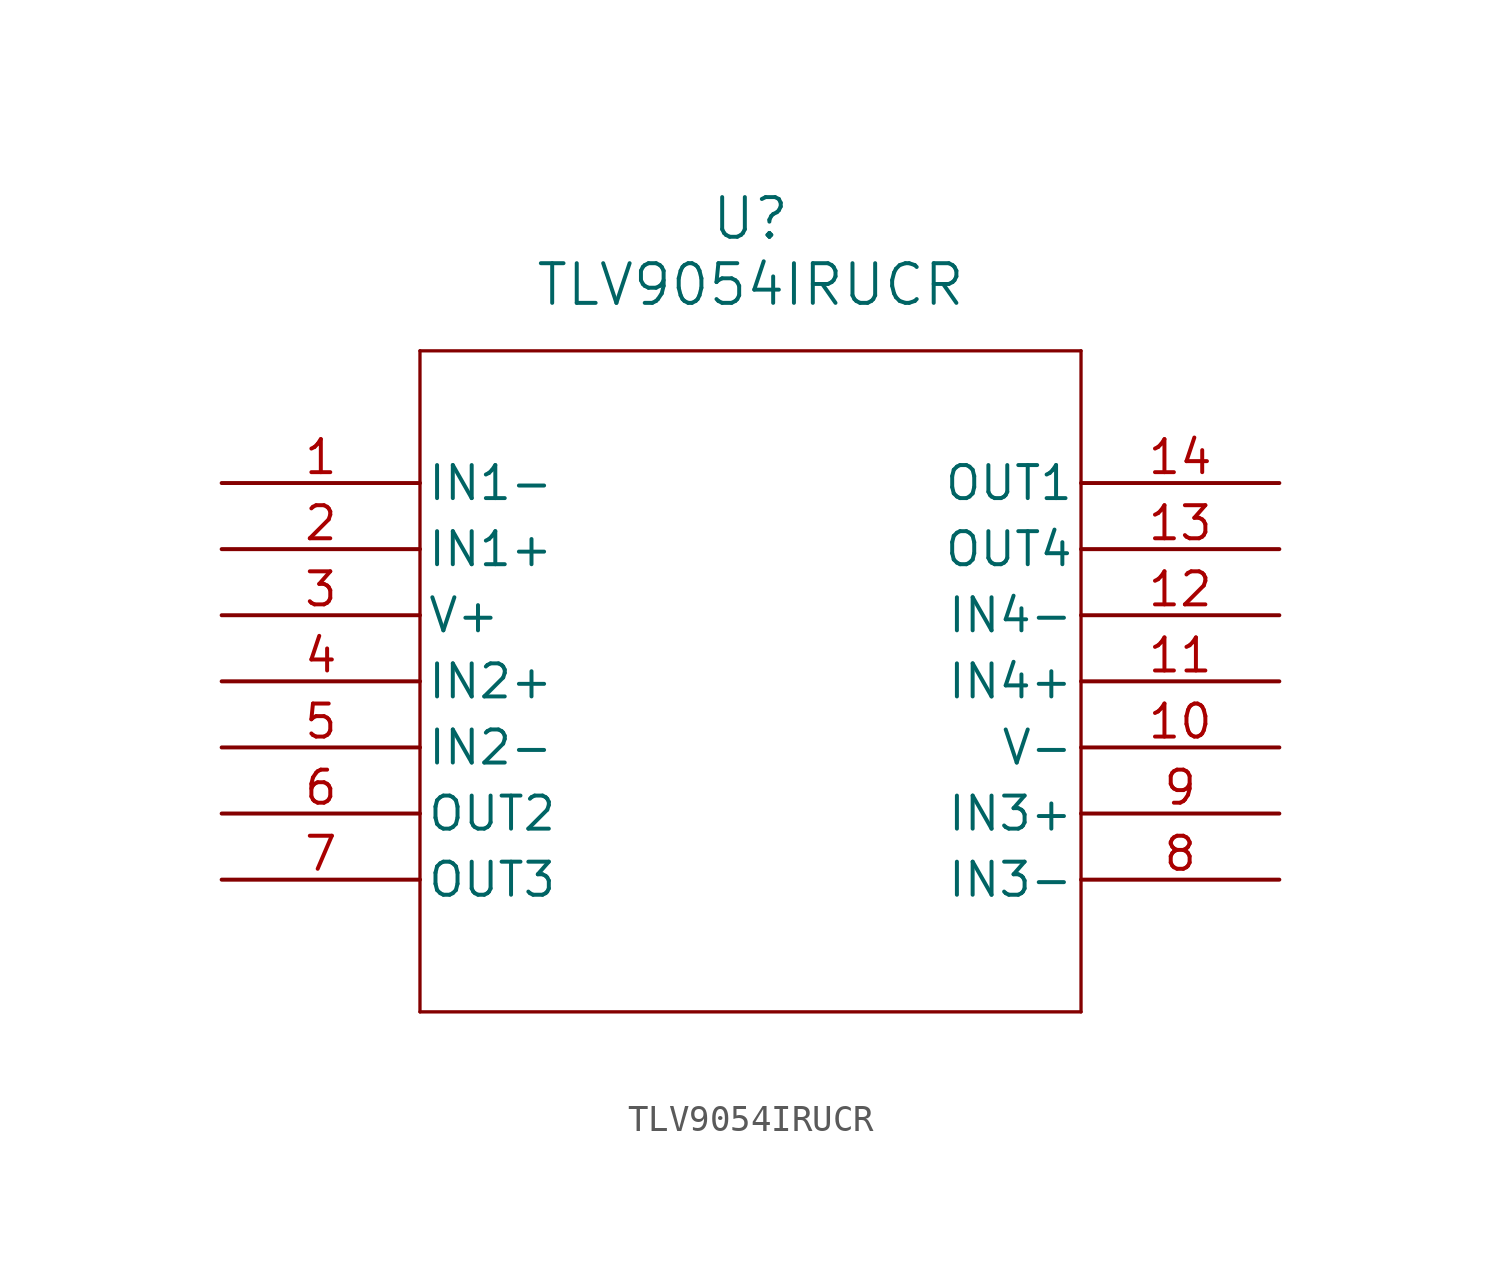
<source format=kicad_sym>
(kicad_symbol_lib
  (version 20211014)
  (generator kicad_symbol_editor)
  (symbol "TLV9054IRUCR"
    (pin_names
      (offset 0.254))
    (property "Reference" "U"
      (at 20.32 10.16 0)
      (effects (font (size 1.524 1.524))))
    (property "Value" "TLV9054IRUCR"
      (at 20.32 7.62 0)
      (effects (font (size 1.524 1.524))))
    (symbol "TLV9054IRUCR_0_1"
      (polyline (pts (xy 7.62 5.08) (xy 7.62 -20.32)) (stroke (width 0.127) (type default) (color 0 0 0 0)) (fill (type none)))
      (polyline (pts (xy 7.62 -20.32) (xy 33.02 -20.32)) (stroke (width 0.127) (type default) (color 0 0 0 0)) (fill (type none)))
      (polyline (pts (xy 33.02 -20.32) (xy 33.02 5.08)) (stroke (width 0.127) (type default) (color 0 0 0 0)) (fill (type none)))
      (polyline (pts (xy 33.02 5.08) (xy 7.62 5.08)) (stroke (width 0.127) (type default) (color 0 0 0 0)) (fill (type none)))
      (pin input line (at 0 0 0) (length 7.62) (name "IN1-" (effects (font (size 1.27 1.27)))) (number "1" (effects (font (size 1.27 1.27)))))
      (pin input line (at 0 -2.54 0) (length 7.62) (name "IN1+" (effects (font (size 1.27 1.27)))) (number "2" (effects (font (size 1.27 1.27)))))
      (pin power_in line (at 0 -5.08 0) (length 7.62) (name "V+" (effects (font (size 1.27 1.27)))) (number "3" (effects (font (size 1.27 1.27)))))
      (pin input line (at 0 -7.62 0) (length 7.62) (name "IN2+" (effects (font (size 1.27 1.27)))) (number "4" (effects (font (size 1.27 1.27)))))
      (pin input line (at 0 -10.16 0) (length 7.62) (name "IN2-" (effects (font (size 1.27 1.27)))) (number "5" (effects (font (size 1.27 1.27)))))
      (pin output line (at 0 -12.7 0) (length 7.62) (name "OUT2" (effects (font (size 1.27 1.27)))) (number "6" (effects (font (size 1.27 1.27)))))
      (pin output line (at 0 -15.24 0) (length 7.62) (name "OUT3" (effects (font (size 1.27 1.27)))) (number "7" (effects (font (size 1.27 1.27)))))
      (pin input line (at 40.64 -15.24 180) (length 7.62) (name "IN3-" (effects (font (size 1.27 1.27)))) (number "8" (effects (font (size 1.27 1.27)))))
      (pin input line (at 40.64 -12.7 180) (length 7.62) (name "IN3+" (effects (font (size 1.27 1.27)))) (number "9" (effects (font (size 1.27 1.27)))))
      (pin power_in line (at 40.64 -10.16 180) (length 7.62) (name "V-" (effects (font (size 1.27 1.27)))) (number "10" (effects (font (size 1.27 1.27)))))
      (pin input line (at 40.64 -7.62 180) (length 7.62) (name "IN4+" (effects (font (size 1.27 1.27)))) (number "11" (effects (font (size 1.27 1.27)))))
      (pin input line (at 40.64 -5.08 180) (length 7.62) (name "IN4-" (effects (font (size 1.27 1.27)))) (number "12" (effects (font (size 1.27 1.27)))))
      (pin output line (at 40.64 -2.54 180) (length 7.62) (name "OUT4" (effects (font (size 1.27 1.27)))) (number "13" (effects (font (size 1.27 1.27)))))
      (pin output line (at 40.64 0 180) (length 7.62) (name "OUT1" (effects (font (size 1.27 1.27)))) (number "14" (effects (font (size 1.27 1.27))))))))
</source>
